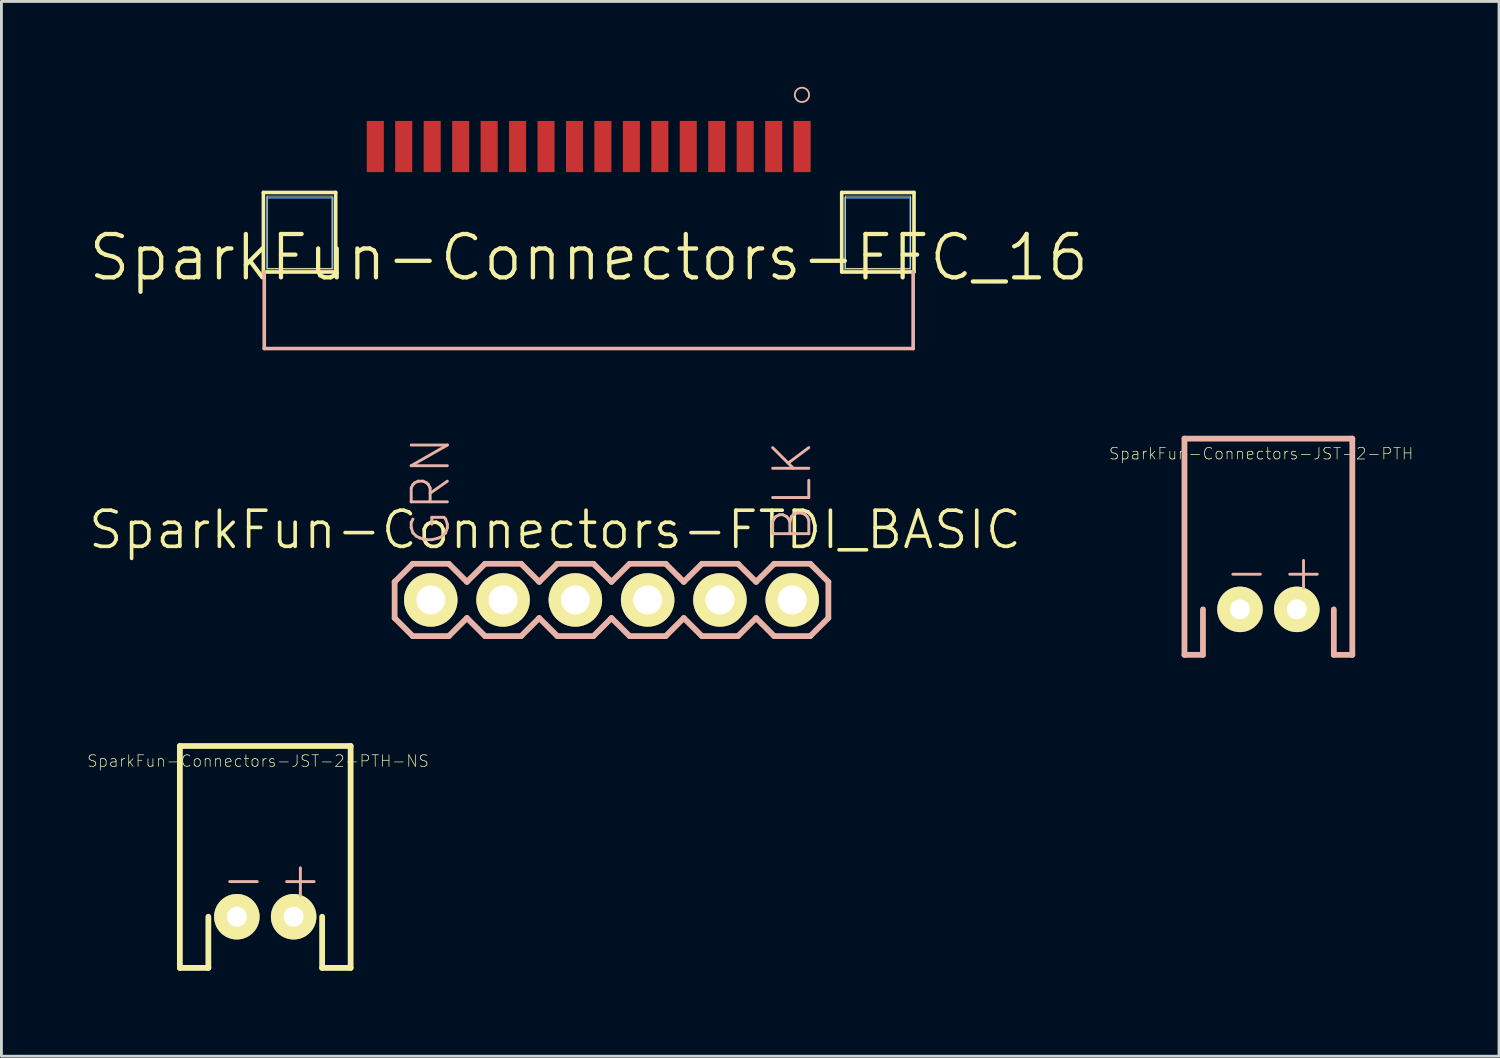
<source format=kicad_pcb>
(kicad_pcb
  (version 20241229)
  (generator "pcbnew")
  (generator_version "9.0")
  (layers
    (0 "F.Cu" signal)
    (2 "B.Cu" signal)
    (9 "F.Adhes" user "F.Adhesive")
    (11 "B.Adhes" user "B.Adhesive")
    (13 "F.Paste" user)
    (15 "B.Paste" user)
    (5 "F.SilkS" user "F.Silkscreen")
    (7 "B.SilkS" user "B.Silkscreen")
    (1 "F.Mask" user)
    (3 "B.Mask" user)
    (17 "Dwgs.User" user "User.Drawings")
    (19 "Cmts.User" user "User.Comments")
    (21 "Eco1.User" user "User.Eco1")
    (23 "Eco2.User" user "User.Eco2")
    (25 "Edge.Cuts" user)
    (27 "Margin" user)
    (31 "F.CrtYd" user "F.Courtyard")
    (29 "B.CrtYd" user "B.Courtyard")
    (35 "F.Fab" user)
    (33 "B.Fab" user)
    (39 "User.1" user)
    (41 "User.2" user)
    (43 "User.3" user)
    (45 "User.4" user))
  (footprint "SparkFun-Connectors-JST-2-PTH"
    (layer "F.Cu")
    (at 41.517 18.361)
    (property "Reference" "SparkFun-Connectors-JST-2-PTH" (at -0.254 -5.471 0) (layer "F.SilkS") (effects (font (size 0.406 0.406) (thickness 0.025))))
    (attr exclude_from_pos_files exclude_from_bom)
    (fp_line (start -2.949 -5.999) (end 2.949 -5.999) (stroke (width 0.203) (type solid)) (layer "B.SilkS"))
    (fp_line (start -2.949 1.598) (end -2.949 -5.999) (stroke (width 0.203) (type solid)) (layer "B.SilkS"))
    (fp_line (start -2.949 1.598) (end -2.299 1.598) (stroke (width 0.203) (type solid)) (layer "B.SilkS"))
    (fp_line (start -2.299 1.598) (end -2.299 0) (stroke (width 0.203) (type solid)) (layer "B.SilkS"))
    (fp_line (start 2.299 1.598) (end 2.299 0) (stroke (width 0.203) (type solid)) (layer "B.SilkS"))
    (fp_line (start 2.949 -5.999) (end 2.949 1.598) (stroke (width 0.203) (type solid)) (layer "B.SilkS"))
    (fp_line (start 2.949 1.598) (end 2.299 1.598) (stroke (width 0.203) (type solid)) (layer "B.SilkS"))
    (fp_text user "-" (at -0.765 -1.333 0) (layer "B.SilkS") (effects (font (size 1.27 1.27) (thickness 0.102))))
    (fp_text user "+" (at 1.234 -1.333 0) (layer "B.SilkS") (effects (font (size 1.27 1.27) (thickness 0.102))))
    (pad "1" thru_hole circle (at -0.998 0) (size 1.598 1.598) (drill 0.699) (layers "*.Cu" "F.Mask" "F.SilkS" "F.Paste"))
    (pad "2" thru_hole circle (at 0.998 0) (size 1.598 1.598) (drill 0.699) (layers "*.Cu" "F.Mask" "F.SilkS" "F.Paste")))
  (footprint "SparkFun-Connectors-FFC_16"
    (layer "F.Cu")
    (at 17.635 5.998)
    (property "Reference" "SparkFun-Connectors-FFC_16" (at 0 0 0) (layer "F.SilkS") (effects (font (size 1.524 1.524) (thickness 0.15))))
    (attr smd)
    (fp_line (start -11.298 -2.098) (end -8.999 -2.098) (stroke (width 0.066) (type solid)) (layer "B.Cu"))
    (fp_line (start -11.298 0.399) (end -11.298 -2.098) (stroke (width 0.066) (type solid)) (layer "B.Cu"))
    (fp_line (start -11.298 0.399) (end -8.999 0.399) (stroke (width 0.066) (type solid)) (layer "B.Cu"))
    (fp_line (start -8.999 0.399) (end -8.999 -2.098) (stroke (width 0.066) (type solid)) (layer "B.Cu"))
    (fp_line (start 8.999 -2.098) (end 11.298 -2.098) (stroke (width 0.066) (type solid)) (layer "B.Cu"))
    (fp_line (start 8.999 0.399) (end 8.999 -2.098) (stroke (width 0.066) (type solid)) (layer "B.Cu"))
    (fp_line (start 8.999 0.399) (end 11.298 0.399) (stroke (width 0.066) (type solid)) (layer "B.Cu"))
    (fp_line (start 11.298 0.399) (end 11.298 -2.098) (stroke (width 0.066) (type solid)) (layer "B.Cu"))
    (fp_line (start -11.43 -2.286) (end -8.89 -2.286) (stroke (width 0.127) (type solid)) (layer "F.SilkS"))
    (fp_line (start -11.43 0.508) (end -11.43 -2.286) (stroke (width 0.127) (type solid)) (layer "F.SilkS"))
    (fp_line (start -11.303 -2.159) (end -9.017 -2.159) (stroke (width 0.025) (type solid)) (layer "F.SilkS"))
    (fp_line (start -11.303 0.381) (end -11.303 -2.159) (stroke (width 0.025) (type solid)) (layer "F.SilkS"))
    (fp_line (start -9.017 -2.159) (end -9.017 0.381) (stroke (width 0.025) (type solid)) (layer "F.SilkS"))
    (fp_line (start -9.017 0.381) (end -11.303 0.381) (stroke (width 0.025) (type solid)) (layer "F.SilkS"))
    (fp_line (start -8.89 -2.286) (end -8.89 0.508) (stroke (width 0.127) (type solid)) (layer "F.SilkS"))
    (fp_line (start -8.89 0.508) (end -11.43 0.508) (stroke (width 0.127) (type solid)) (layer "F.SilkS"))
    (fp_line (start 8.89 -2.286) (end 11.43 -2.286) (stroke (width 0.127) (type solid)) (layer "F.SilkS"))
    (fp_line (start 8.89 0.508) (end 8.89 -2.286) (stroke (width 0.127) (type solid)) (layer "F.SilkS"))
    (fp_line (start 9.017 -2.159) (end 11.303 -2.159) (stroke (width 0.025) (type solid)) (layer "F.SilkS"))
    (fp_line (start 9.017 0.381) (end 9.017 -2.159) (stroke (width 0.025) (type solid)) (layer "F.SilkS"))
    (fp_line (start 11.303 -2.159) (end 11.303 0.381) (stroke (width 0.025) (type solid)) (layer "F.SilkS"))
    (fp_line (start 11.303 0.381) (end 9.017 0.381) (stroke (width 0.025) (type solid)) (layer "F.SilkS"))
    (fp_line (start 11.43 -2.286) (end 11.43 0.508) (stroke (width 0.127) (type solid)) (layer "F.SilkS"))
    (fp_line (start 11.43 0.508) (end 8.89 0.508) (stroke (width 0.127) (type solid)) (layer "F.SilkS"))
    (fp_line (start -11.4 3.198) (end -11.4 0.498) (stroke (width 0.127) (type solid)) (layer "B.SilkS"))
    (fp_line (start -11.4 3.198) (end 11.4 3.198) (stroke (width 0.127) (type solid)) (layer "B.SilkS"))
    (fp_line (start 11.4 3.198) (end 11.4 0.498) (stroke (width 0.127) (type solid)) (layer "B.SilkS"))
    (fp_circle (center 7.493 -5.715) (end 7.671 -5.893) (stroke (width 0.064) (type solid)) (fill no) (layer "B.SilkS"))
    (pad "1" smd rect (at 7.498 -3.899) (size 0.599 1.798) (layers "F.Cu" "F.Mask" "F.Paste"))
    (pad "2" smd rect (at 6.5 -3.899) (size 0.599 1.798) (layers "F.Cu" "F.Mask" "F.Paste"))
    (pad "3" smd rect (at 5.499 -3.899) (size 0.599 1.798) (layers "F.Cu" "F.Mask" "F.Paste"))
    (pad "4" smd rect (at 4.498 -3.899) (size 0.599 1.798) (layers "F.Cu" "F.Mask" "F.Paste"))
    (pad "5" smd rect (at 3.498 -3.899) (size 0.599 1.798) (layers "F.Cu" "F.Mask" "F.Paste"))
    (pad "6" smd rect (at 2.499 -3.899) (size 0.599 1.798) (layers "F.Cu" "F.Mask" "F.Paste"))
    (pad "7" smd rect (at 1.499 -3.899) (size 0.599 1.798) (layers "F.Cu" "F.Mask" "F.Paste"))
    (pad "8" smd rect (at 0.498 -3.899) (size 0.599 1.798) (layers "F.Cu" "F.Mask" "F.Paste"))
    (pad "9" smd rect (at -0.498 -3.899) (size 0.599 1.798) (layers "F.Cu" "F.Mask" "F.Paste"))
    (pad "10" smd rect (at -1.499 -3.899) (size 0.599 1.798) (layers "F.Cu" "F.Mask" "F.Paste"))
    (pad "11" smd rect (at -2.499 -3.899) (size 0.599 1.798) (layers "F.Cu" "F.Mask" "F.Paste"))
    (pad "12" smd rect (at -3.498 -3.899) (size 0.599 1.798) (layers "F.Cu" "F.Mask" "F.Paste"))
    (pad "13" smd rect (at -4.498 -3.899) (size 0.599 1.798) (layers "F.Cu" "F.Mask" "F.Paste"))
    (pad "14" smd rect (at -5.499 -3.899) (size 0.599 1.798) (layers "F.Cu" "F.Mask" "F.Paste"))
    (pad "15" smd rect (at -6.5 -3.899) (size 0.599 1.798) (layers "F.Cu" "F.Mask" "F.Paste"))
    (pad "16" smd rect (at -7.498 -3.899) (size 0.599 1.798) (layers "F.Cu" "F.Mask" "F.Paste")))
  (footprint "SparkFun-Connectors-JST-2-PTH-NS"
    (layer "F.Cu")
    (at 6.27 29.161)
    (property "Reference" "SparkFun-Connectors-JST-2-PTH-NS" (at -0.254 -5.471 0) (layer "F.SilkS") (effects (font (size 0.406 0.406) (thickness 0.025))))
    (attr exclude_from_pos_files exclude_from_bom)
    (fp_line (start -3 -5.999) (end 3 -5.999) (stroke (width 0.203) (type solid)) (layer "F.SilkS"))
    (fp_line (start -3 1.798) (end -3 -5.999) (stroke (width 0.203) (type solid)) (layer "F.SilkS"))
    (fp_line (start -1.999 0) (end -1.999 1.798) (stroke (width 0.203) (type solid)) (layer "F.SilkS"))
    (fp_line (start -1.999 1.798) (end -3 1.798) (stroke (width 0.203) (type solid)) (layer "F.SilkS"))
    (fp_line (start 1.999 1.798) (end 1.999 0) (stroke (width 0.203) (type solid)) (layer "F.SilkS"))
    (fp_line (start 3 -5.999) (end 3 1.798) (stroke (width 0.203) (type solid)) (layer "F.SilkS"))
    (fp_line (start 3 1.798) (end 1.999 1.798) (stroke (width 0.203) (type solid)) (layer "F.SilkS"))
    (fp_text user "+" (at 1.234 -1.333 0) (layer "B.SilkS") (effects (font (size 1.27 1.27) (thickness 0.102))))
    (fp_text user "-" (at -0.765 -1.333 0) (layer "B.SilkS") (effects (font (size 1.27 1.27) (thickness 0.102))))
    (pad "1" thru_hole circle (at -0.998 0) (size 1.598 1.598) (drill 0.699) (layers "*.Cu" "F.Mask" "F.SilkS" "F.Paste"))
    (pad "2" thru_hole circle (at 0.998 0) (size 1.598 1.598) (drill 0.699) (layers "*.Cu" "F.Mask" "F.SilkS" "F.Paste")))
  (footprint "SparkFun-Connectors-FTDI_BASIC"
    (layer "F.Cu")
    (at 12.086 18.03)
    (property "Reference" "SparkFun-Connectors-FTDI_BASIC" (at 4.366 -2.464 0) (layer "F.SilkS") (effects (font (size 1.27 1.27) (thickness 0.127))))
    (attr exclude_from_pos_files exclude_from_bom)
    (fp_line (start -0.254 -0.254) (end 0.254 -0.254) (stroke (width 0.066) (type solid)) (layer "F.SilkS"))
    (fp_line (start -0.254 0.254) (end -0.254 -0.254) (stroke (width 0.066) (type solid)) (layer "F.SilkS"))
    (fp_line (start -0.254 0.254) (end 0.254 0.254) (stroke (width 0.066) (type solid)) (layer "F.SilkS"))
    (fp_line (start 0.254 0.254) (end 0.254 -0.254) (stroke (width 0.066) (type solid)) (layer "F.SilkS"))
    (fp_line (start 2.286 -0.254) (end 2.794 -0.254) (stroke (width 0.066) (type solid)) (layer "F.SilkS"))
    (fp_line (start 2.286 0.254) (end 2.286 -0.254) (stroke (width 0.066) (type solid)) (layer "F.SilkS"))
    (fp_line (start 2.286 0.254) (end 2.794 0.254) (stroke (width 0.066) (type solid)) (layer "F.SilkS"))
    (fp_line (start 2.794 0.254) (end 2.794 -0.254) (stroke (width 0.066) (type solid)) (layer "F.SilkS"))
    (fp_line (start 4.826 -0.254) (end 5.334 -0.254) (stroke (width 0.066) (type solid)) (layer "F.SilkS"))
    (fp_line (start 4.826 0.254) (end 4.826 -0.254) (stroke (width 0.066) (type solid)) (layer "F.SilkS"))
    (fp_line (start 4.826 0.254) (end 5.334 0.254) (stroke (width 0.066) (type solid)) (layer "F.SilkS"))
    (fp_line (start 5.334 0.254) (end 5.334 -0.254) (stroke (width 0.066) (type solid)) (layer "F.SilkS"))
    (fp_line (start 7.366 -0.254) (end 7.874 -0.254) (stroke (width 0.066) (type solid)) (layer "F.SilkS"))
    (fp_line (start 7.366 0.254) (end 7.366 -0.254) (stroke (width 0.066) (type solid)) (layer "F.SilkS"))
    (fp_line (start 7.366 0.254) (end 7.874 0.254) (stroke (width 0.066) (type solid)) (layer "F.SilkS"))
    (fp_line (start 7.874 0.254) (end 7.874 -0.254) (stroke (width 0.066) (type solid)) (layer "F.SilkS"))
    (fp_line (start 9.906 -0.254) (end 10.414 -0.254) (stroke (width 0.066) (type solid)) (layer "F.SilkS"))
    (fp_line (start 9.906 0.254) (end 9.906 -0.254) (stroke (width 0.066) (type solid)) (layer "F.SilkS"))
    (fp_line (start 9.906 0.254) (end 10.414 0.254) (stroke (width 0.066) (type solid)) (layer "F.SilkS"))
    (fp_line (start 10.414 0.254) (end 10.414 -0.254) (stroke (width 0.066) (type solid)) (layer "F.SilkS"))
    (fp_line (start 12.446 -0.254) (end 12.954 -0.254) (stroke (width 0.066) (type solid)) (layer "F.SilkS"))
    (fp_line (start 12.446 0.254) (end 12.446 -0.254) (stroke (width 0.066) (type solid)) (layer "F.SilkS"))
    (fp_line (start 12.446 0.254) (end 12.954 0.254) (stroke (width 0.066) (type solid)) (layer "F.SilkS"))
    (fp_line (start 12.954 0.254) (end 12.954 -0.254) (stroke (width 0.066) (type solid)) (layer "F.SilkS"))
    (fp_line (start -1.27 -0.635) (end -1.27 0.635) (stroke (width 0.203) (type solid)) (layer "B.SilkS"))
    (fp_line (start -1.27 0.635) (end -0.635 1.27) (stroke (width 0.203) (type solid)) (layer "B.SilkS"))
    (fp_line (start -0.635 -1.27) (end -1.27 -0.635) (stroke (width 0.203) (type solid)) (layer "B.SilkS"))
    (fp_line (start -0.635 -1.27) (end 0.635 -1.27) (stroke (width 0.203) (type solid)) (layer "B.SilkS"))
    (fp_line (start 0.635 -1.27) (end 1.27 -0.635) (stroke (width 0.203) (type solid)) (layer "B.SilkS"))
    (fp_line (start 0.635 1.27) (end -0.635 1.27) (stroke (width 0.203) (type solid)) (layer "B.SilkS"))
    (fp_line (start 1.27 -0.635) (end 1.905 -1.27) (stroke (width 0.203) (type solid)) (layer "B.SilkS"))
    (fp_line (start 1.27 0.635) (end 0.635 1.27) (stroke (width 0.203) (type solid)) (layer "B.SilkS"))
    (fp_line (start 1.905 -1.27) (end 3.175 -1.27) (stroke (width 0.203) (type solid)) (layer "B.SilkS"))
    (fp_line (start 1.905 1.27) (end 1.27 0.635) (stroke (width 0.203) (type solid)) (layer "B.SilkS"))
    (fp_line (start 3.175 -1.27) (end 3.81 -0.635) (stroke (width 0.203) (type solid)) (layer "B.SilkS"))
    (fp_line (start 3.175 1.27) (end 1.905 1.27) (stroke (width 0.203) (type solid)) (layer "B.SilkS"))
    (fp_line (start 3.81 -0.635) (end 4.445 -1.27) (stroke (width 0.203) (type solid)) (layer "B.SilkS"))
    (fp_line (start 3.81 0.635) (end 3.175 1.27) (stroke (width 0.203) (type solid)) (layer "B.SilkS"))
    (fp_line (start 4.445 -1.27) (end 5.715 -1.27) (stroke (width 0.203) (type solid)) (layer "B.SilkS"))
    (fp_line (start 4.445 1.27) (end 3.81 0.635) (stroke (width 0.203) (type solid)) (layer "B.SilkS"))
    (fp_line (start 5.715 -1.27) (end 6.35 -0.635) (stroke (width 0.203) (type solid)) (layer "B.SilkS"))
    (fp_line (start 5.715 1.27) (end 4.445 1.27) (stroke (width 0.203) (type solid)) (layer "B.SilkS"))
    (fp_line (start 6.35 0.635) (end 5.715 1.27) (stroke (width 0.203) (type solid)) (layer "B.SilkS"))
    (fp_line (start 6.35 0.635) (end 6.985 1.27) (stroke (width 0.203) (type solid)) (layer "B.SilkS"))
    (fp_line (start 6.985 -1.27) (end 6.35 -0.635) (stroke (width 0.203) (type solid)) (layer "B.SilkS"))
    (fp_line (start 6.985 -1.27) (end 8.255 -1.27) (stroke (width 0.203) (type solid)) (layer "B.SilkS"))
    (fp_line (start 8.255 -1.27) (end 8.89 -0.635) (stroke (width 0.203) (type solid)) (layer "B.SilkS"))
    (fp_line (start 8.255 1.27) (end 6.985 1.27) (stroke (width 0.203) (type solid)) (layer "B.SilkS"))
    (fp_line (start 8.89 -0.635) (end 9.525 -1.27) (stroke (width 0.203) (type solid)) (layer "B.SilkS"))
    (fp_line (start 8.89 0.635) (end 8.255 1.27) (stroke (width 0.203) (type solid)) (layer "B.SilkS"))
    (fp_line (start 9.525 -1.27) (end 10.795 -1.27) (stroke (width 0.203) (type solid)) (layer "B.SilkS"))
    (fp_line (start 9.525 1.27) (end 8.89 0.635) (stroke (width 0.203) (type solid)) (layer "B.SilkS"))
    (fp_line (start 10.795 -1.27) (end 11.43 -0.635) (stroke (width 0.203) (type solid)) (layer "B.SilkS"))
    (fp_line (start 10.795 1.27) (end 9.525 1.27) (stroke (width 0.203) (type solid)) (layer "B.SilkS"))
    (fp_line (start 11.43 -0.635) (end 12.065 -1.27) (stroke (width 0.203) (type solid)) (layer "B.SilkS"))
    (fp_line (start 11.43 0.635) (end 10.795 1.27) (stroke (width 0.203) (type solid)) (layer "B.SilkS"))
    (fp_line (start 12.065 -1.27) (end 13.335 -1.27) (stroke (width 0.203) (type solid)) (layer "B.SilkS"))
    (fp_line (start 12.065 1.27) (end 11.43 0.635) (stroke (width 0.203) (type solid)) (layer "B.SilkS"))
    (fp_line (start 13.335 -1.27) (end 13.97 -0.635) (stroke (width 0.203) (type solid)) (layer "B.SilkS"))
    (fp_line (start 13.335 1.27) (end 12.065 1.27) (stroke (width 0.203) (type solid)) (layer "B.SilkS"))
    (fp_line (start 13.97 -0.635) (end 13.97 0.635) (stroke (width 0.203) (type solid)) (layer "B.SilkS"))
    (fp_line (start 13.97 0.635) (end 13.335 1.27) (stroke (width 0.203) (type solid)) (layer "B.SilkS"))
    (fp_text user "GRN" (at 0 -3.81 90) (layer "B.SilkS") (effects (font (size 1.27 1.27) (thickness 0.102))))
    (fp_text user "BLK" (at 12.7 -3.81 90) (layer "B.SilkS") (effects (font (size 1.27 1.27) (thickness 0.102))))
    (pad "CTS" thru_hole circle (at 10.16 0) (size 1.88 1.88) (drill 1.016) (layers "*.Cu" "F.Mask" "F.SilkS" "F.Paste"))
    (pad "DTR" thru_hole circle (at 0 0) (size 1.88 1.88) (drill 1.016) (layers "*.Cu" "F.Mask" "F.SilkS" "F.Paste"))
    (pad "GND" thru_hole circle (at 12.7 0) (size 1.88 1.88) (drill 1.016) (layers "*.Cu" "F.Mask" "F.SilkS" "F.Paste"))
    (pad "RXI" thru_hole circle (at 2.54 0) (size 1.88 1.88) (drill 1.016) (layers "*.Cu" "F.Mask" "F.SilkS" "F.Paste"))
    (pad "TXO" thru_hole circle (at 5.08 0) (size 1.88 1.88) (drill 1.016) (layers "*.Cu" "F.Mask" "F.SilkS" "F.Paste"))
    (pad "VCC" thru_hole circle (at 7.62 0) (size 1.88 1.88) (drill 1.016) (layers "*.Cu" "F.Mask" "F.SilkS" "F.Paste")))
  (gr_rect
    (start -3 -3)
    (end 49.621 34.061)
    (stroke (width 0.1) (type default))
    (fill no)
    (layer "Edge.Cuts")))
</source>
